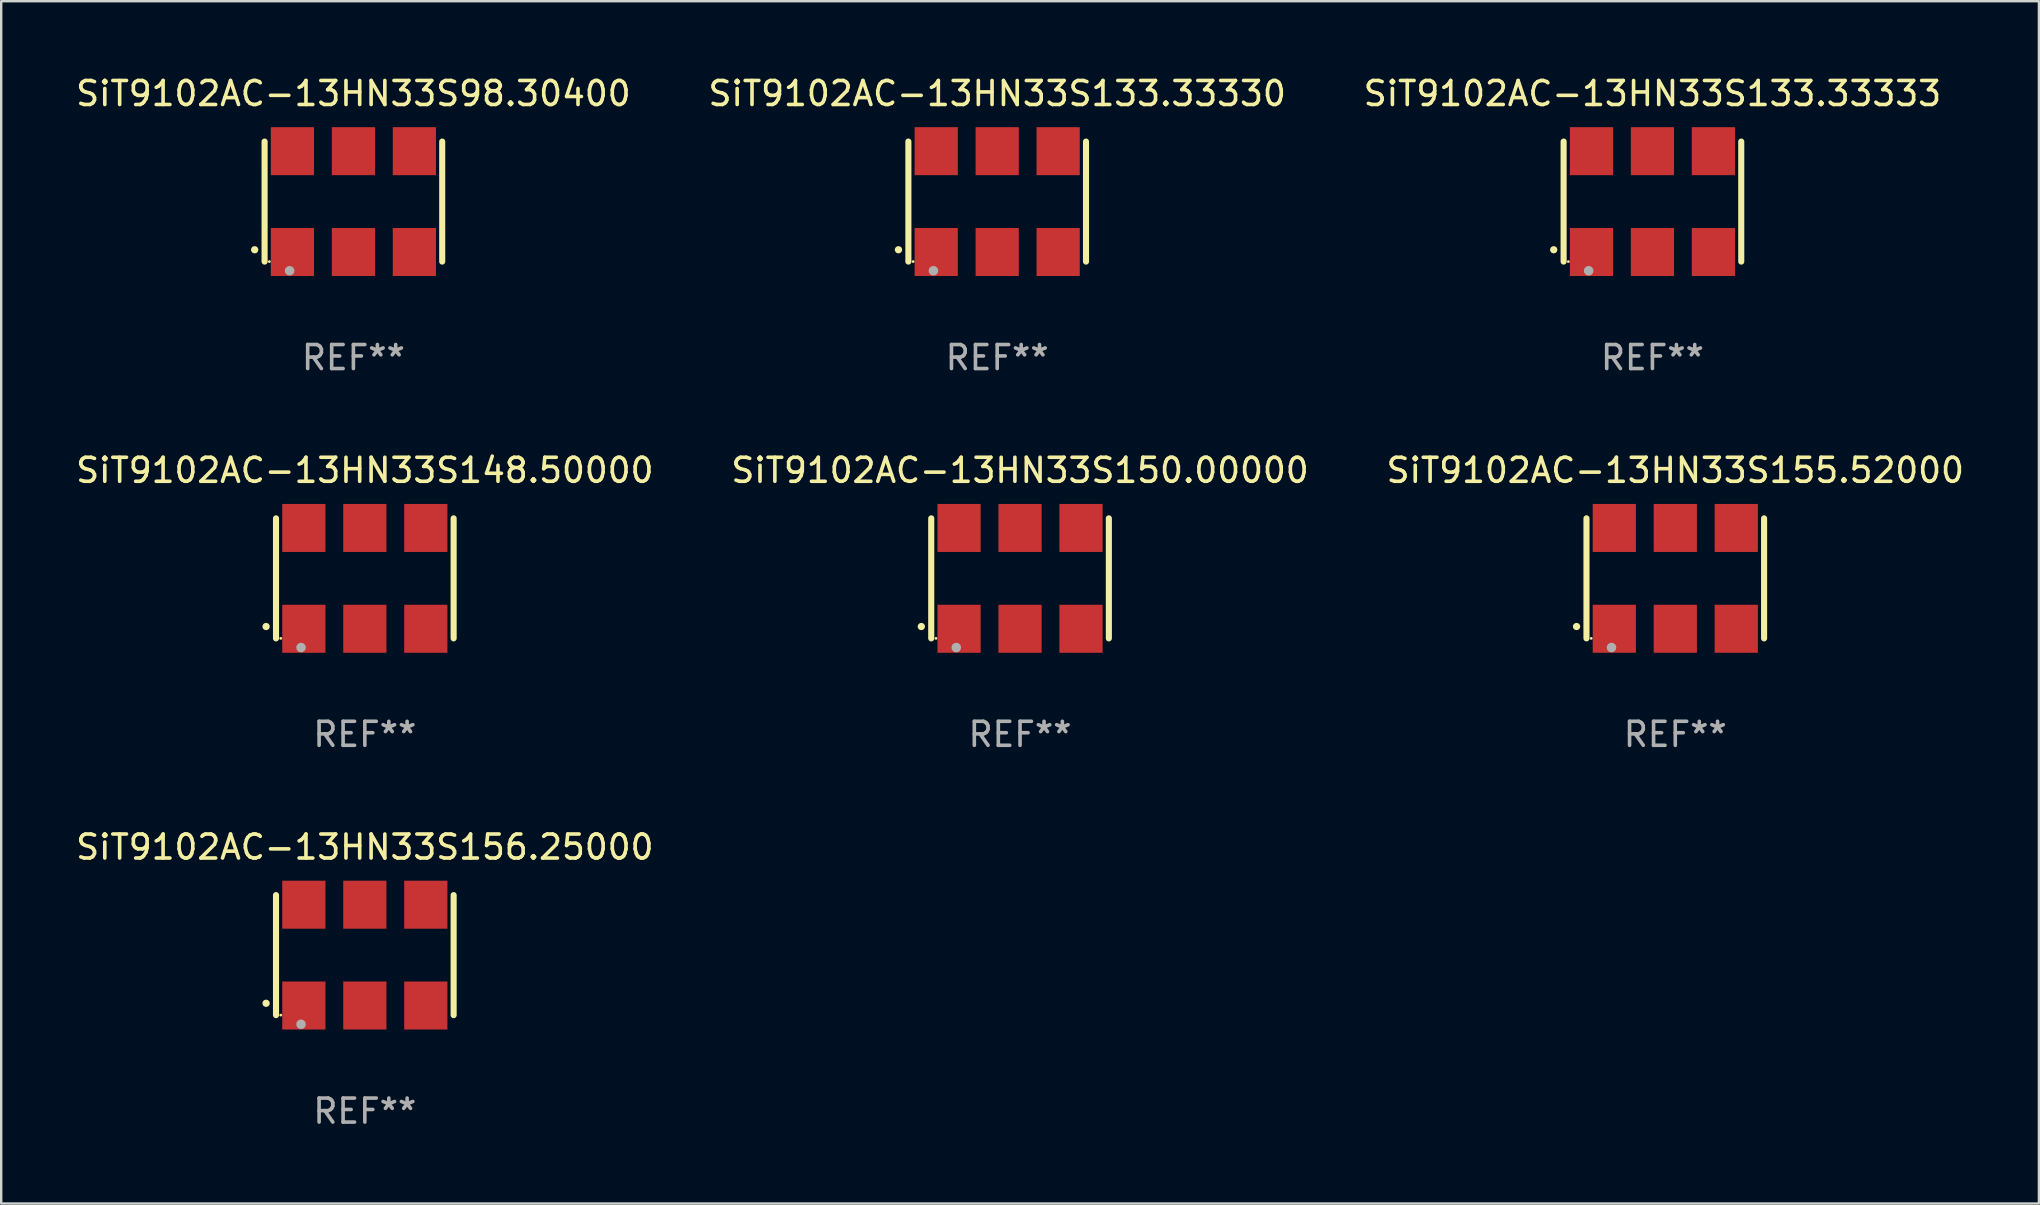
<source format=kicad_pcb>
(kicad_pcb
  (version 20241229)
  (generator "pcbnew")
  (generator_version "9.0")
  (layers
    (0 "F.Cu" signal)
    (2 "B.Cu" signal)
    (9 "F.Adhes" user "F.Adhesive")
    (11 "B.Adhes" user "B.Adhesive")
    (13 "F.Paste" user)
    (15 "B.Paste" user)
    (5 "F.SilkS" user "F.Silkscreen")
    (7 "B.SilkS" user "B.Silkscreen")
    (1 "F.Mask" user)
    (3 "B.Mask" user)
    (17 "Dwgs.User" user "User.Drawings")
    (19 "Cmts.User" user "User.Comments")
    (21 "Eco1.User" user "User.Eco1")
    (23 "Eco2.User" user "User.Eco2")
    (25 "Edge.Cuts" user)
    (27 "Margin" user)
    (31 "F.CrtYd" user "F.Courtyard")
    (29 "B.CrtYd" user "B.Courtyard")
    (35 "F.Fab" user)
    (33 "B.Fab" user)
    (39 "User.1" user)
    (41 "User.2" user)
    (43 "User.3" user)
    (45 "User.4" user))
  (footprint "SiT9102AC-13HN33S133.33333"
    (layer "F.Cu")
    (at 65.792 5.348)
    (property "Reference" "SiT9102AC-13HN33S133.33333" (at 0 -4.5 0) (layer "F.SilkS") (effects (font (size 1 1) (thickness 0.15))))
    (attr through_hole)
    (fp_line (start -3.7 -2.5) (end -3.7 2.5) (stroke (width 0.254) (type solid)) (layer "F.SilkS"))
    (fp_line (start 3.7 -2.5) (end 3.7 2.5) (stroke (width 0.254) (type solid)) (layer "F.SilkS"))
    (fp_arc (start -4.114415 2.006604) (mid -4.113145 2.006599) (end -4.111875 2.006604) (stroke (width 0.3) (type solid)) (layer "F.SilkS"))
    (fp_circle (center -3.502 2.5) (end -3.472 2.5) (stroke (width 0.06) (type solid)) (fill no) (layer "F.SilkS"))
    (fp_circle (center -2.657 2.882) (end -2.557 2.882) (stroke (width 0.2) (type solid)) (fill no) (layer "F.Fab"))
    (fp_text user "REF**" (at 0 6.5 0) (layer "F.Fab") (effects (font (size 1 1) (thickness 0.15))))
    (pad "1" smd rect (at -2.54 2.1) (size 1.8 2) (layers "F.Cu" "F.Mask" "F.Paste"))
    (pad "2" smd rect (at 0.000394 2.1) (size 1.8 2) (layers "F.Cu" "F.Mask" "F.Paste"))
    (pad "3" smd rect (at 2.54 2.1) (size 1.8 2) (layers "F.Cu" "F.Mask" "F.Paste"))
    (pad "4" smd rect (at 2.54 -2.1) (size 1.8 2) (layers "F.Cu" "F.Mask" "F.Paste"))
    (pad "5" smd rect (at 0.000394 -2.1) (size 1.8 2) (layers "F.Cu" "F.Mask" "F.Paste"))
    (pad "6" smd rect (at -2.54 -2.1) (size 1.8 2) (layers "F.Cu" "F.Mask" "F.Paste")))
  (footprint "SiT9102AC-13HN33S150.00000"
    (layer "F.Cu")
    (at 39.446 21.045)
    (property "Reference" "SiT9102AC-13HN33S150.00000" (at 0 -4.5 0) (layer "F.SilkS") (effects (font (size 1 1) (thickness 0.15))))
    (attr through_hole)
    (fp_line (start -3.7 -2.5) (end -3.7 2.5) (stroke (width 0.254) (type solid)) (layer "F.SilkS"))
    (fp_line (start 3.7 -2.5) (end 3.7 2.5) (stroke (width 0.254) (type solid)) (layer "F.SilkS"))
    (fp_arc (start -4.114415 2.006604) (mid -4.113145 2.006599) (end -4.111875 2.006604) (stroke (width 0.3) (type solid)) (layer "F.SilkS"))
    (fp_circle (center -3.502 2.5) (end -3.472 2.5) (stroke (width 0.06) (type solid)) (fill no) (layer "F.SilkS"))
    (fp_circle (center -2.657 2.882) (end -2.557 2.882) (stroke (width 0.2) (type solid)) (fill no) (layer "F.Fab"))
    (fp_text user "REF**" (at 0 6.5 0) (layer "F.Fab") (effects (font (size 1 1) (thickness 0.15))))
    (pad "1" smd rect (at -2.54 2.1) (size 1.8 2) (layers "F.Cu" "F.Mask" "F.Paste"))
    (pad "2" smd rect (at 0.000394 2.1) (size 1.8 2) (layers "F.Cu" "F.Mask" "F.Paste"))
    (pad "3" smd rect (at 2.54 2.1) (size 1.8 2) (layers "F.Cu" "F.Mask" "F.Paste"))
    (pad "4" smd rect (at 2.54 -2.1) (size 1.8 2) (layers "F.Cu" "F.Mask" "F.Paste"))
    (pad "5" smd rect (at 0.000394 -2.1) (size 1.8 2) (layers "F.Cu" "F.Mask" "F.Paste"))
    (pad "6" smd rect (at -2.54 -2.1) (size 1.8 2) (layers "F.Cu" "F.Mask" "F.Paste")))
  (footprint "SiT9102AC-13HN33S98.30400"
    (layer "F.Cu")
    (at 11.673 5.348)
    (property "Reference" "SiT9102AC-13HN33S98.30400" (at 0 -4.5 0) (layer "F.SilkS") (effects (font (size 1 1) (thickness 0.15))))
    (attr through_hole)
    (fp_line (start -3.7 -2.5) (end -3.7 2.5) (stroke (width 0.254) (type solid)) (layer "F.SilkS"))
    (fp_line (start 3.7 -2.5) (end 3.7 2.5) (stroke (width 0.254) (type solid)) (layer "F.SilkS"))
    (fp_arc (start -4.114415 2.006604) (mid -4.113145 2.006599) (end -4.111875 2.006604) (stroke (width 0.3) (type solid)) (layer "F.SilkS"))
    (fp_circle (center -3.502 2.5) (end -3.472 2.5) (stroke (width 0.06) (type solid)) (fill no) (layer "F.SilkS"))
    (fp_circle (center -2.657 2.882) (end -2.557 2.882) (stroke (width 0.2) (type solid)) (fill no) (layer "F.Fab"))
    (fp_text user "REF**" (at 0 6.5 0) (layer "F.Fab") (effects (font (size 1 1) (thickness 0.15))))
    (pad "1" smd rect (at -2.54 2.1) (size 1.8 2) (layers "F.Cu" "F.Mask" "F.Paste"))
    (pad "2" smd rect (at 0.000394 2.1) (size 1.8 2) (layers "F.Cu" "F.Mask" "F.Paste"))
    (pad "3" smd rect (at 2.54 2.1) (size 1.8 2) (layers "F.Cu" "F.Mask" "F.Paste"))
    (pad "4" smd rect (at 2.54 -2.1) (size 1.8 2) (layers "F.Cu" "F.Mask" "F.Paste"))
    (pad "5" smd rect (at 0.000394 -2.1) (size 1.8 2) (layers "F.Cu" "F.Mask" "F.Paste"))
    (pad "6" smd rect (at -2.54 -2.1) (size 1.8 2) (layers "F.Cu" "F.Mask" "F.Paste")))
  (footprint "SiT9102AC-13HN33S155.52000"
    (layer "F.Cu")
    (at 66.744 21.045)
    (property "Reference" "SiT9102AC-13HN33S155.52000" (at 0 -4.5 0) (layer "F.SilkS") (effects (font (size 1 1) (thickness 0.15))))
    (attr through_hole)
    (fp_line (start -3.7 -2.5) (end -3.7 2.5) (stroke (width 0.254) (type solid)) (layer "F.SilkS"))
    (fp_line (start 3.7 -2.5) (end 3.7 2.5) (stroke (width 0.254) (type solid)) (layer "F.SilkS"))
    (fp_arc (start -4.114415 2.006604) (mid -4.113145 2.006599) (end -4.111875 2.006604) (stroke (width 0.3) (type solid)) (layer "F.SilkS"))
    (fp_circle (center -3.502 2.5) (end -3.472 2.5) (stroke (width 0.06) (type solid)) (fill no) (layer "F.SilkS"))
    (fp_circle (center -2.657 2.882) (end -2.557 2.882) (stroke (width 0.2) (type solid)) (fill no) (layer "F.Fab"))
    (fp_text user "REF**" (at 0 6.5 0) (layer "F.Fab") (effects (font (size 1 1) (thickness 0.15))))
    (pad "1" smd rect (at -2.54 2.1) (size 1.8 2) (layers "F.Cu" "F.Mask" "F.Paste"))
    (pad "2" smd rect (at 0.000394 2.1) (size 1.8 2) (layers "F.Cu" "F.Mask" "F.Paste"))
    (pad "3" smd rect (at 2.54 2.1) (size 1.8 2) (layers "F.Cu" "F.Mask" "F.Paste"))
    (pad "4" smd rect (at 2.54 -2.1) (size 1.8 2) (layers "F.Cu" "F.Mask" "F.Paste"))
    (pad "5" smd rect (at 0.000394 -2.1) (size 1.8 2) (layers "F.Cu" "F.Mask" "F.Paste"))
    (pad "6" smd rect (at -2.54 -2.1) (size 1.8 2) (layers "F.Cu" "F.Mask" "F.Paste")))
  (footprint "SiT9102AC-13HN33S156.25000"
    (layer "F.Cu")
    (at 12.149 36.741)
    (property "Reference" "SiT9102AC-13HN33S156.25000" (at 0 -4.5 0) (layer "F.SilkS") (effects (font (size 1 1) (thickness 0.15))))
    (attr through_hole)
    (fp_line (start -3.7 -2.5) (end -3.7 2.5) (stroke (width 0.254) (type solid)) (layer "F.SilkS"))
    (fp_line (start 3.7 -2.5) (end 3.7 2.5) (stroke (width 0.254) (type solid)) (layer "F.SilkS"))
    (fp_arc (start -4.114415 2.006604) (mid -4.113145 2.006599) (end -4.111875 2.006604) (stroke (width 0.3) (type solid)) (layer "F.SilkS"))
    (fp_circle (center -3.502 2.5) (end -3.472 2.5) (stroke (width 0.06) (type solid)) (fill no) (layer "F.SilkS"))
    (fp_circle (center -2.657 2.882) (end -2.557 2.882) (stroke (width 0.2) (type solid)) (fill no) (layer "F.Fab"))
    (fp_text user "REF**" (at 0 6.5 0) (layer "F.Fab") (effects (font (size 1 1) (thickness 0.15))))
    (pad "1" smd rect (at -2.54 2.1) (size 1.8 2) (layers "F.Cu" "F.Mask" "F.Paste"))
    (pad "2" smd rect (at 0.000394 2.1) (size 1.8 2) (layers "F.Cu" "F.Mask" "F.Paste"))
    (pad "3" smd rect (at 2.54 2.1) (size 1.8 2) (layers "F.Cu" "F.Mask" "F.Paste"))
    (pad "4" smd rect (at 2.54 -2.1) (size 1.8 2) (layers "F.Cu" "F.Mask" "F.Paste"))
    (pad "5" smd rect (at 0.000394 -2.1) (size 1.8 2) (layers "F.Cu" "F.Mask" "F.Paste"))
    (pad "6" smd rect (at -2.54 -2.1) (size 1.8 2) (layers "F.Cu" "F.Mask" "F.Paste")))
  (footprint "SiT9102AC-13HN33S148.50000"
    (layer "F.Cu")
    (at 12.149 21.045)
    (property "Reference" "SiT9102AC-13HN33S148.50000" (at 0 -4.5 0) (layer "F.SilkS") (effects (font (size 1 1) (thickness 0.15))))
    (attr through_hole)
    (fp_line (start -3.7 -2.5) (end -3.7 2.5) (stroke (width 0.254) (type solid)) (layer "F.SilkS"))
    (fp_line (start 3.7 -2.5) (end 3.7 2.5) (stroke (width 0.254) (type solid)) (layer "F.SilkS"))
    (fp_arc (start -4.114415 2.006604) (mid -4.113145 2.006599) (end -4.111875 2.006604) (stroke (width 0.3) (type solid)) (layer "F.SilkS"))
    (fp_circle (center -3.502 2.5) (end -3.472 2.5) (stroke (width 0.06) (type solid)) (fill no) (layer "F.SilkS"))
    (fp_circle (center -2.657 2.882) (end -2.557 2.882) (stroke (width 0.2) (type solid)) (fill no) (layer "F.Fab"))
    (fp_text user "REF**" (at 0 6.5 0) (layer "F.Fab") (effects (font (size 1 1) (thickness 0.15))))
    (pad "1" smd rect (at -2.54 2.1) (size 1.8 2) (layers "F.Cu" "F.Mask" "F.Paste"))
    (pad "2" smd rect (at 0.000394 2.1) (size 1.8 2) (layers "F.Cu" "F.Mask" "F.Paste"))
    (pad "3" smd rect (at 2.54 2.1) (size 1.8 2) (layers "F.Cu" "F.Mask" "F.Paste"))
    (pad "4" smd rect (at 2.54 -2.1) (size 1.8 2) (layers "F.Cu" "F.Mask" "F.Paste"))
    (pad "5" smd rect (at 0.000394 -2.1) (size 1.8 2) (layers "F.Cu" "F.Mask" "F.Paste"))
    (pad "6" smd rect (at -2.54 -2.1) (size 1.8 2) (layers "F.Cu" "F.Mask" "F.Paste")))
  (footprint "SiT9102AC-13HN33S133.33330"
    (layer "F.Cu")
    (at 38.494 5.348)
    (property "Reference" "SiT9102AC-13HN33S133.33330" (at 0 -4.5 0) (layer "F.SilkS") (effects (font (size 1 1) (thickness 0.15))))
    (attr through_hole)
    (fp_line (start -3.7 -2.5) (end -3.7 2.5) (stroke (width 0.254) (type solid)) (layer "F.SilkS"))
    (fp_line (start 3.7 -2.5) (end 3.7 2.5) (stroke (width 0.254) (type solid)) (layer "F.SilkS"))
    (fp_arc (start -4.114415 2.006604) (mid -4.113145 2.006599) (end -4.111875 2.006604) (stroke (width 0.3) (type solid)) (layer "F.SilkS"))
    (fp_circle (center -3.502 2.5) (end -3.472 2.5) (stroke (width 0.06) (type solid)) (fill no) (layer "F.SilkS"))
    (fp_circle (center -2.657 2.882) (end -2.557 2.882) (stroke (width 0.2) (type solid)) (fill no) (layer "F.Fab"))
    (fp_text user "REF**" (at 0 6.5 0) (layer "F.Fab") (effects (font (size 1 1) (thickness 0.15))))
    (pad "1" smd rect (at -2.54 2.1) (size 1.8 2) (layers "F.Cu" "F.Mask" "F.Paste"))
    (pad "2" smd rect (at 0.000394 2.1) (size 1.8 2) (layers "F.Cu" "F.Mask" "F.Paste"))
    (pad "3" smd rect (at 2.54 2.1) (size 1.8 2) (layers "F.Cu" "F.Mask" "F.Paste"))
    (pad "4" smd rect (at 2.54 -2.1) (size 1.8 2) (layers "F.Cu" "F.Mask" "F.Paste"))
    (pad "5" smd rect (at 0.000394 -2.1) (size 1.8 2) (layers "F.Cu" "F.Mask" "F.Paste"))
    (pad "6" smd rect (at -2.54 -2.1) (size 1.8 2) (layers "F.Cu" "F.Mask" "F.Paste")))
  (gr_rect
    (start -3 -3)
    (end 81.893 47.09)
    (stroke (width 0.1) (type default))
    (fill no)
    (layer "Edge.Cuts")))
</source>
